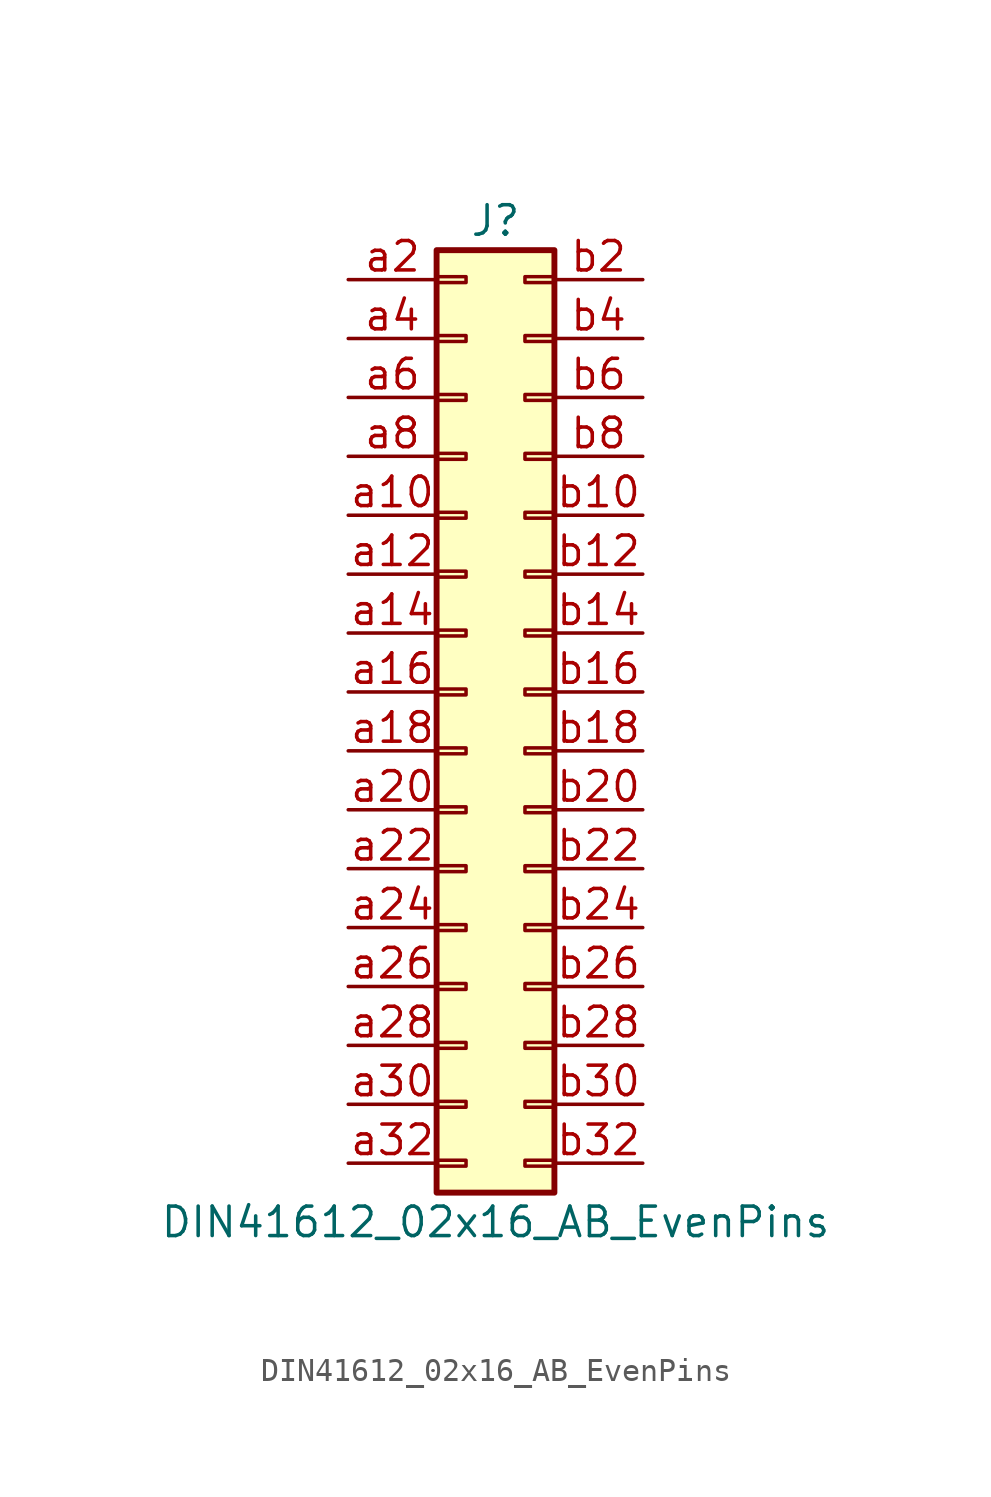
<source format=kicad_sym>
(kicad_symbol_lib
  (version 20201005)
  (generator kicad_symbol_editor)
  (symbol "Connector:DIN41612_02x16_AB_EvenPins"
    (pin_names
      (offset 1.016) hide)
    (property "Reference" "J"
      (at 1.27 20.32 0)
      (effects (font (size 1.27 1.27))))
    (property "Value" "DIN41612_02x16_AB_EvenPins"
      (at 1.27 -22.86 0)
      (effects (font (size 1.27 1.27))))
    (symbol "DIN41612_02x16_AB_EvenPins_1_1"
      (rectangle (start -1.27 -20.193) (end 0 -20.447) (stroke (width 0.152)) (fill (type none)))
      (rectangle (start -1.27 -17.653) (end 0 -17.907) (stroke (width 0.152)) (fill (type none)))
      (rectangle (start -1.27 -15.113) (end 0 -15.367) (stroke (width 0.152)) (fill (type none)))
      (rectangle (start -1.27 -12.573) (end 0 -12.827) (stroke (width 0.152)) (fill (type none)))
      (rectangle (start -1.27 -10.033) (end 0 -10.287) (stroke (width 0.152)) (fill (type none)))
      (rectangle (start -1.27 -7.493) (end 0 -7.747) (stroke (width 0.152)) (fill (type none)))
      (rectangle (start -1.27 -4.953) (end 0 -5.207) (stroke (width 0.152)) (fill (type none)))
      (rectangle (start -1.27 -2.413) (end 0 -2.667) (stroke (width 0.152)) (fill (type none)))
      (rectangle (start -1.27 0.127) (end 0 -0.127) (stroke (width 0.152)) (fill (type none)))
      (rectangle (start -1.27 2.667) (end 0 2.413) (stroke (width 0.152)) (fill (type none)))
      (rectangle (start -1.27 5.207) (end 0 4.953) (stroke (width 0.152)) (fill (type none)))
      (rectangle (start -1.27 7.747) (end 0 7.493) (stroke (width 0.152)) (fill (type none)))
      (rectangle (start -1.27 10.287) (end 0 10.033) (stroke (width 0.152)) (fill (type none)))
      (rectangle (start -1.27 12.827) (end 0 12.573) (stroke (width 0.152)) (fill (type none)))
      (rectangle (start -1.27 15.367) (end 0 15.113) (stroke (width 0.152)) (fill (type none)))
      (rectangle (start -1.27 17.907) (end 0 17.653) (stroke (width 0.152)) (fill (type none)))
      (rectangle (start -1.27 19.05) (end 3.81 -21.59) (stroke (width 0.254)) (fill (type background)))
      (rectangle (start 3.81 -20.193) (end 2.54 -20.447) (stroke (width 0.152)) (fill (type none)))
      (rectangle (start 3.81 -17.653) (end 2.54 -17.907) (stroke (width 0.152)) (fill (type none)))
      (rectangle (start 3.81 -15.113) (end 2.54 -15.367) (stroke (width 0.152)) (fill (type none)))
      (rectangle (start 3.81 -12.573) (end 2.54 -12.827) (stroke (width 0.152)) (fill (type none)))
      (rectangle (start 3.81 -10.033) (end 2.54 -10.287) (stroke (width 0.152)) (fill (type none)))
      (rectangle (start 3.81 -7.493) (end 2.54 -7.747) (stroke (width 0.152)) (fill (type none)))
      (rectangle (start 3.81 -4.953) (end 2.54 -5.207) (stroke (width 0.152)) (fill (type none)))
      (rectangle (start 3.81 -2.413) (end 2.54 -2.667) (stroke (width 0.152)) (fill (type none)))
      (rectangle (start 3.81 0.127) (end 2.54 -0.127) (stroke (width 0.152)) (fill (type none)))
      (rectangle (start 3.81 2.667) (end 2.54 2.413) (stroke (width 0.152)) (fill (type none)))
      (rectangle (start 3.81 5.207) (end 2.54 4.953) (stroke (width 0.152)) (fill (type none)))
      (rectangle (start 3.81 7.747) (end 2.54 7.493) (stroke (width 0.152)) (fill (type none)))
      (rectangle (start 3.81 10.287) (end 2.54 10.033) (stroke (width 0.152)) (fill (type none)))
      (rectangle (start 3.81 12.827) (end 2.54 12.573) (stroke (width 0.152)) (fill (type none)))
      (rectangle (start 3.81 15.367) (end 2.54 15.113) (stroke (width 0.152)) (fill (type none)))
      (rectangle (start 3.81 17.907) (end 2.54 17.653) (stroke (width 0.152)) (fill (type none)))
      (pin passive line (at -5.08 7.62 0) (length 3.81) (name "Pin_a10" (effects (font (size 1.27 1.27)))) (number "a10" (effects (font (size 1.27 1.27)))))
      (pin passive line (at -5.08 5.08 0) (length 3.81) (name "Pin_a12" (effects (font (size 1.27 1.27)))) (number "a12" (effects (font (size 1.27 1.27)))))
      (pin passive line (at -5.08 2.54 0) (length 3.81) (name "Pin_a14" (effects (font (size 1.27 1.27)))) (number "a14" (effects (font (size 1.27 1.27)))))
      (pin passive line (at -5.08 0 0) (length 3.81) (name "Pin_a16" (effects (font (size 1.27 1.27)))) (number "a16" (effects (font (size 1.27 1.27)))))
      (pin passive line (at -5.08 -2.54 0) (length 3.81) (name "Pin_a18" (effects (font (size 1.27 1.27)))) (number "a18" (effects (font (size 1.27 1.27)))))
      (pin passive line (at -5.08 17.78 0) (length 3.81) (name "Pin_a2" (effects (font (size 1.27 1.27)))) (number "a2" (effects (font (size 1.27 1.27)))))
      (pin passive line (at -5.08 -5.08 0) (length 3.81) (name "Pin_a20" (effects (font (size 1.27 1.27)))) (number "a20" (effects (font (size 1.27 1.27)))))
      (pin passive line (at -5.08 -7.62 0) (length 3.81) (name "Pin_a22" (effects (font (size 1.27 1.27)))) (number "a22" (effects (font (size 1.27 1.27)))))
      (pin passive line (at -5.08 -10.16 0) (length 3.81) (name "Pin_a24" (effects (font (size 1.27 1.27)))) (number "a24" (effects (font (size 1.27 1.27)))))
      (pin passive line (at -5.08 -12.7 0) (length 3.81) (name "Pin_a26" (effects (font (size 1.27 1.27)))) (number "a26" (effects (font (size 1.27 1.27)))))
      (pin passive line (at -5.08 -15.24 0) (length 3.81) (name "Pin_a28" (effects (font (size 1.27 1.27)))) (number "a28" (effects (font (size 1.27 1.27)))))
      (pin passive line (at -5.08 -17.78 0) (length 3.81) (name "Pin_a30" (effects (font (size 1.27 1.27)))) (number "a30" (effects (font (size 1.27 1.27)))))
      (pin passive line (at -5.08 -20.32 0) (length 3.81) (name "Pin_a32" (effects (font (size 1.27 1.27)))) (number "a32" (effects (font (size 1.27 1.27)))))
      (pin passive line (at -5.08 15.24 0) (length 3.81) (name "Pin_a4" (effects (font (size 1.27 1.27)))) (number "a4" (effects (font (size 1.27 1.27)))))
      (pin passive line (at -5.08 12.7 0) (length 3.81) (name "Pin_a6" (effects (font (size 1.27 1.27)))) (number "a6" (effects (font (size 1.27 1.27)))))
      (pin passive line (at -5.08 10.16 0) (length 3.81) (name "Pin_a8" (effects (font (size 1.27 1.27)))) (number "a8" (effects (font (size 1.27 1.27)))))
      (pin passive line (at 7.62 7.62 180) (length 3.81) (name "Pin_b10" (effects (font (size 1.27 1.27)))) (number "b10" (effects (font (size 1.27 1.27)))))
      (pin passive line (at 7.62 5.08 180) (length 3.81) (name "Pin_b12" (effects (font (size 1.27 1.27)))) (number "b12" (effects (font (size 1.27 1.27)))))
      (pin passive line (at 7.62 2.54 180) (length 3.81) (name "Pin_b14" (effects (font (size 1.27 1.27)))) (number "b14" (effects (font (size 1.27 1.27)))))
      (pin passive line (at 7.62 0 180) (length 3.81) (name "Pin_b16" (effects (font (size 1.27 1.27)))) (number "b16" (effects (font (size 1.27 1.27)))))
      (pin passive line (at 7.62 -2.54 180) (length 3.81) (name "Pin_b18" (effects (font (size 1.27 1.27)))) (number "b18" (effects (font (size 1.27 1.27)))))
      (pin passive line (at 7.62 17.78 180) (length 3.81) (name "Pin_b2" (effects (font (size 1.27 1.27)))) (number "b2" (effects (font (size 1.27 1.27)))))
      (pin passive line (at 7.62 -5.08 180) (length 3.81) (name "Pin_b20" (effects (font (size 1.27 1.27)))) (number "b20" (effects (font (size 1.27 1.27)))))
      (pin passive line (at 7.62 -7.62 180) (length 3.81) (name "Pin_b22" (effects (font (size 1.27 1.27)))) (number "b22" (effects (font (size 1.27 1.27)))))
      (pin passive line (at 7.62 -10.16 180) (length 3.81) (name "Pin_b24" (effects (font (size 1.27 1.27)))) (number "b24" (effects (font (size 1.27 1.27)))))
      (pin passive line (at 7.62 -12.7 180) (length 3.81) (name "Pin_b26" (effects (font (size 1.27 1.27)))) (number "b26" (effects (font (size 1.27 1.27)))))
      (pin passive line (at 7.62 -15.24 180) (length 3.81) (name "Pin_b28" (effects (font (size 1.27 1.27)))) (number "b28" (effects (font (size 1.27 1.27)))))
      (pin passive line (at 7.62 -17.78 180) (length 3.81) (name "Pin_b30" (effects (font (size 1.27 1.27)))) (number "b30" (effects (font (size 1.27 1.27)))))
      (pin passive line (at 7.62 -20.32 180) (length 3.81) (name "Pin_b32" (effects (font (size 1.27 1.27)))) (number "b32" (effects (font (size 1.27 1.27)))))
      (pin passive line (at 7.62 15.24 180) (length 3.81) (name "Pin_b4" (effects (font (size 1.27 1.27)))) (number "b4" (effects (font (size 1.27 1.27)))))
      (pin passive line (at 7.62 12.7 180) (length 3.81) (name "Pin_b6" (effects (font (size 1.27 1.27)))) (number "b6" (effects (font (size 1.27 1.27)))))
      (pin passive line (at 7.62 10.16 180) (length 3.81) (name "Pin_b8" (effects (font (size 1.27 1.27)))) (number "b8" (effects (font (size 1.27 1.27))))))))
</source>
